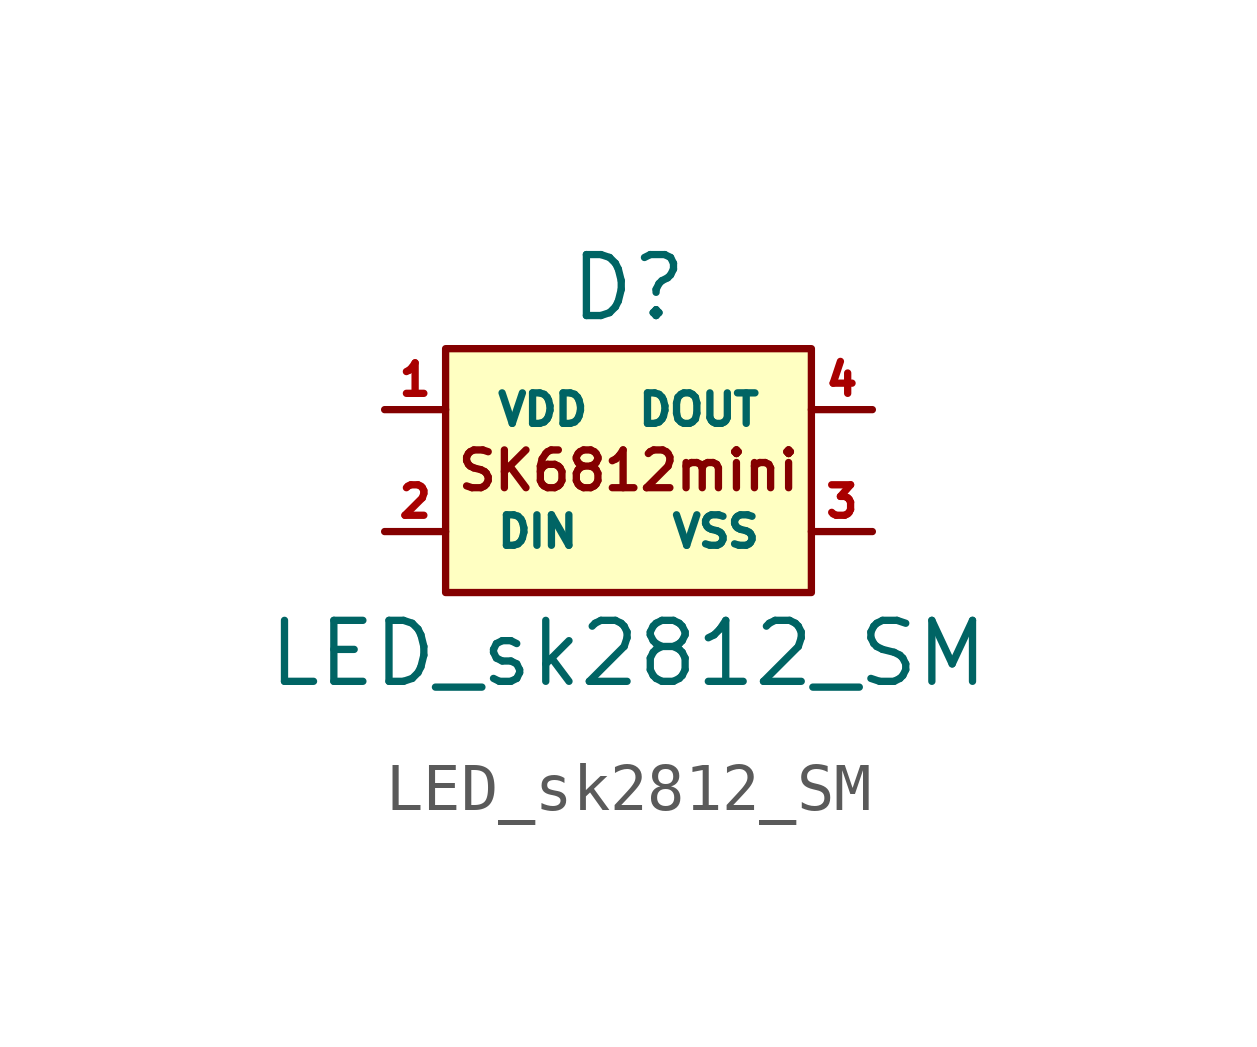
<source format=kicad_sym>
(kicad_symbol_lib
  (version 20211014)
  (generator kicad_symbol_editor)
  (symbol "LED_sk2812_SM"
    (pin_names
      (offset 1.016))
    (property "Reference" "D"
      (at 0 3.81 0)
      (effects (font (size 1.27 1.27))))
    (property "Value" "LED_sk2812_SM"
      (at 0 -3.81 0)
      (effects (font (size 1.27 1.27))))
    (symbol "LED_sk2812_SM_1_1"
      (rectangle (start 3.81 -2.54) (end -3.81 2.54) (stroke (width 0) (type default) (color 0 0 0 0)) (fill (type background)))
      (text "SK6812mini" (at 0 0 0) (effects (font (size 0.787 0.787))))
      (pin power_in line (at -5.08 1.27 0) (length 1.27) (name "VDD" (effects (font (size 0.635 0.635)))) (number "1" (effects (font (size 0.635 0.635)))))
      (pin input line (at -5.08 -1.27 0) (length 1.27) (name "DIN" (effects (font (size 0.635 0.635)))) (number "2" (effects (font (size 0.635 0.635)))))
      (pin power_in line (at 5.08 -1.27 180) (length 1.27) (name "VSS" (effects (font (size 0.635 0.635)))) (number "3" (effects (font (size 0.635 0.635)))))
      (pin output line (at 5.08 1.27 180) (length 1.27) (name "DOUT" (effects (font (size 0.635 0.635)))) (number "4" (effects (font (size 0.635 0.635))))))))
</source>
